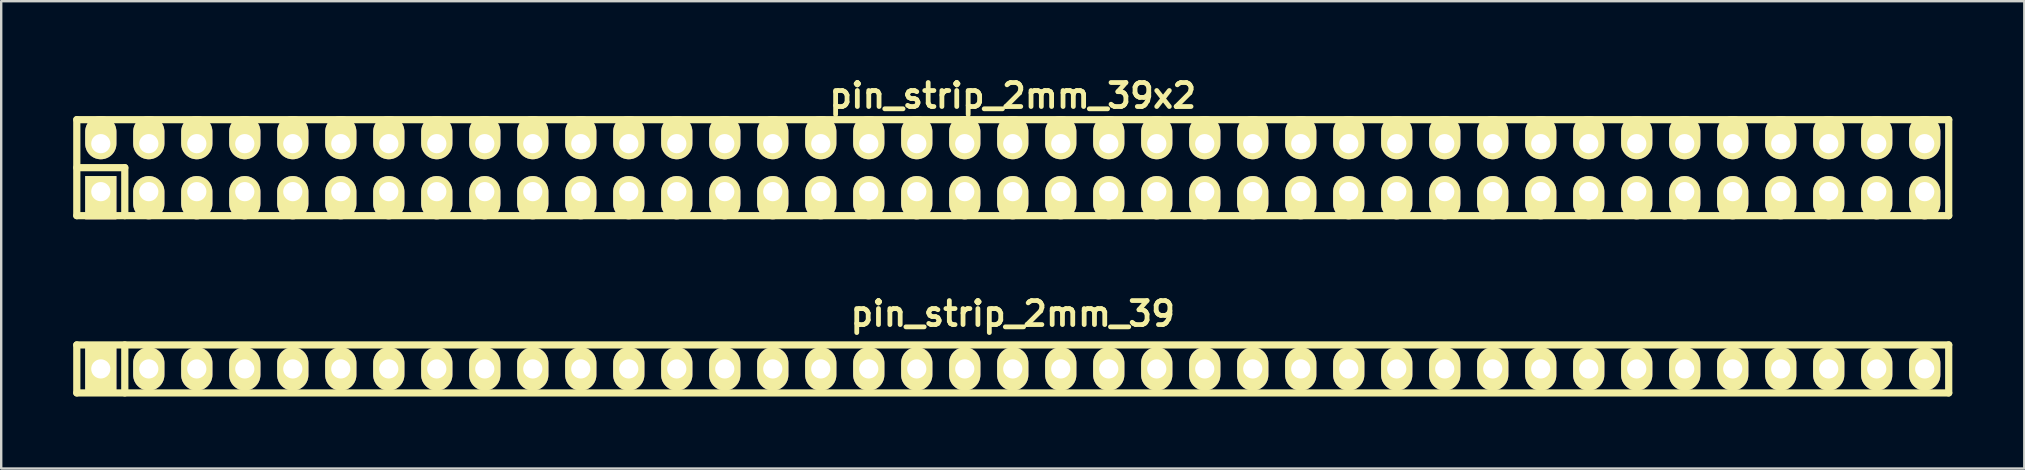
<source format=kicad_pcb>
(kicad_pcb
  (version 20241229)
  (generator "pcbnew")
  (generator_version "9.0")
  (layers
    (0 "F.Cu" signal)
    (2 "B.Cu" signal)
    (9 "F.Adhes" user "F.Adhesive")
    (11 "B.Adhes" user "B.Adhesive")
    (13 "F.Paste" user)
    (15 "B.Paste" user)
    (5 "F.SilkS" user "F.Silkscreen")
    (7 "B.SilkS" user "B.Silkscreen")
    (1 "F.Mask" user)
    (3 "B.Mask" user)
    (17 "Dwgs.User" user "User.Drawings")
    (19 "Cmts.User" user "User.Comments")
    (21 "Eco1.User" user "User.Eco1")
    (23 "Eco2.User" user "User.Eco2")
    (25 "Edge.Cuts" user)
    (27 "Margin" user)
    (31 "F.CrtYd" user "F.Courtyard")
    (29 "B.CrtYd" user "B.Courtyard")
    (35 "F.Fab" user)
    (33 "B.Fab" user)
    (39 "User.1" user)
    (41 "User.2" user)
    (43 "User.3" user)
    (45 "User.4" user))
  (footprint "pin_strip_2mm_39"
    (layer "F.Cu")
    (at 39.15 12.322)
    (property "Reference" "pin_strip_2mm_39" (at 0 -2.3 0) (layer "F.SilkS") (effects (font (size 1 1) (thickness 0.2))))
    (attr through_hole)
    (fp_line (start -39 -1) (end 39 -1) (stroke (width 0.3) (type solid)) (layer "F.SilkS"))
    (fp_line (start -39 1) (end -39 -1) (stroke (width 0.3) (type solid)) (layer "F.SilkS"))
    (fp_line (start -37 -1) (end -37 1) (stroke (width 0.3) (type solid)) (layer "F.SilkS"))
    (fp_line (start 39 -1) (end 39 1) (stroke (width 0.3) (type solid)) (layer "F.SilkS"))
    (fp_line (start 39 1) (end -39 1) (stroke (width 0.3) (type solid)) (layer "F.SilkS"))
    (pad "1" thru_hole rect (at -38 0) (size 1.3 1.8) (drill 0.8) (layers "*.Cu" "*.Mask" "F.SilkS"))
    (pad "2" thru_hole oval (at -36 0) (size 1.3 1.8) (drill 0.8) (layers "*.Cu" "*.Mask" "F.SilkS"))
    (pad "3" thru_hole oval (at -34 0) (size 1.3 1.8) (drill 0.8) (layers "*.Cu" "*.Mask" "F.SilkS"))
    (pad "4" thru_hole oval (at -32 0) (size 1.3 1.8) (drill 0.8) (layers "*.Cu" "*.Mask" "F.SilkS"))
    (pad "5" thru_hole oval (at -30 0) (size 1.3 1.8) (drill 0.8) (layers "*.Cu" "*.Mask" "F.SilkS"))
    (pad "6" thru_hole oval (at -28 0) (size 1.3 1.8) (drill 0.8) (layers "*.Cu" "*.Mask" "F.SilkS"))
    (pad "7" thru_hole oval (at -26 0) (size 1.3 1.8) (drill 0.8) (layers "*.Cu" "*.Mask" "F.SilkS"))
    (pad "8" thru_hole oval (at -24 0) (size 1.3 1.8) (drill 0.8) (layers "*.Cu" "*.Mask" "F.SilkS"))
    (pad "9" thru_hole oval (at -22 0) (size 1.3 1.8) (drill 0.8) (layers "*.Cu" "*.Mask" "F.SilkS"))
    (pad "10" thru_hole oval (at -20 0) (size 1.3 1.8) (drill 0.8) (layers "*.Cu" "*.Mask" "F.SilkS"))
    (pad "11" thru_hole oval (at -18 0) (size 1.3 1.8) (drill 0.8) (layers "*.Cu" "*.Mask" "F.SilkS"))
    (pad "12" thru_hole oval (at -16 0) (size 1.3 1.8) (drill 0.8) (layers "*.Cu" "*.Mask" "F.SilkS"))
    (pad "13" thru_hole oval (at -14 0) (size 1.3 1.8) (drill 0.8) (layers "*.Cu" "*.Mask" "F.SilkS"))
    (pad "14" thru_hole oval (at -12 0) (size 1.3 1.8) (drill 0.8) (layers "*.Cu" "*.Mask" "F.SilkS"))
    (pad "15" thru_hole oval (at -10 0) (size 1.3 1.8) (drill 0.8) (layers "*.Cu" "*.Mask" "F.SilkS"))
    (pad "16" thru_hole oval (at -8 0) (size 1.3 1.8) (drill 0.8) (layers "*.Cu" "*.Mask" "F.SilkS"))
    (pad "17" thru_hole oval (at -6 0) (size 1.3 1.8) (drill 0.8) (layers "*.Cu" "*.Mask" "F.SilkS"))
    (pad "18" thru_hole oval (at -4 0) (size 1.3 1.8) (drill 0.8) (layers "*.Cu" "*.Mask" "F.SilkS"))
    (pad "19" thru_hole oval (at -2 0) (size 1.3 1.8) (drill 0.8) (layers "*.Cu" "*.Mask" "F.SilkS"))
    (pad "20" thru_hole oval (at 0 0) (size 1.3 1.8) (drill 0.8) (layers "*.Cu" "*.Mask" "F.SilkS"))
    (pad "21" thru_hole oval (at 2 0) (size 1.3 1.8) (drill 0.8) (layers "*.Cu" "*.Mask" "F.SilkS"))
    (pad "22" thru_hole oval (at 4 0) (size 1.3 1.8) (drill 0.8) (layers "*.Cu" "*.Mask" "F.SilkS"))
    (pad "23" thru_hole oval (at 6 0) (size 1.3 1.8) (drill 0.8) (layers "*.Cu" "*.Mask" "F.SilkS"))
    (pad "24" thru_hole oval (at 8 0) (size 1.3 1.8) (drill 0.8) (layers "*.Cu" "*.Mask" "F.SilkS"))
    (pad "25" thru_hole oval (at 10 0) (size 1.3 1.8) (drill 0.8) (layers "*.Cu" "*.Mask" "F.SilkS"))
    (pad "26" thru_hole oval (at 12 0) (size 1.3 1.8) (drill 0.8) (layers "*.Cu" "*.Mask" "F.SilkS"))
    (pad "27" thru_hole oval (at 14 0) (size 1.3 1.8) (drill 0.8) (layers "*.Cu" "*.Mask" "F.SilkS"))
    (pad "28" thru_hole oval (at 16 0) (size 1.3 1.8) (drill 0.8) (layers "*.Cu" "*.Mask" "F.SilkS"))
    (pad "29" thru_hole oval (at 18 0) (size 1.3 1.8) (drill 0.8) (layers "*.Cu" "*.Mask" "F.SilkS"))
    (pad "30" thru_hole oval (at 20 0) (size 1.3 1.8) (drill 0.8) (layers "*.Cu" "*.Mask" "F.SilkS"))
    (pad "31" thru_hole oval (at 22 0) (size 1.3 1.8) (drill 0.8) (layers "*.Cu" "*.Mask" "F.SilkS"))
    (pad "32" thru_hole oval (at 24 0) (size 1.3 1.8) (drill 0.8) (layers "*.Cu" "*.Mask" "F.SilkS"))
    (pad "33" thru_hole oval (at 26 0) (size 1.3 1.8) (drill 0.8) (layers "*.Cu" "*.Mask" "F.SilkS"))
    (pad "34" thru_hole oval (at 28 0) (size 1.3 1.8) (drill 0.8) (layers "*.Cu" "*.Mask" "F.SilkS"))
    (pad "35" thru_hole oval (at 30 0) (size 1.3 1.8) (drill 0.8) (layers "*.Cu" "*.Mask" "F.SilkS"))
    (pad "36" thru_hole oval (at 32 0) (size 1.3 1.8) (drill 0.8) (layers "*.Cu" "*.Mask" "F.SilkS"))
    (pad "37" thru_hole oval (at 34 0) (size 1.3 1.8) (drill 0.8) (layers "*.Cu" "*.Mask" "F.SilkS"))
    (pad "38" thru_hole oval (at 36 0) (size 1.3 1.8) (drill 0.8) (layers "*.Cu" "*.Mask" "F.SilkS"))
    (pad "39" thru_hole oval (at 38 0) (size 1.3 1.8) (drill 0.8) (layers "*.Cu" "*.Mask" "F.SilkS")))
  (footprint "pin_strip_2mm_39x2"
    (layer "F.Cu")
    (at 39.15 3.936)
    (property "Reference" "pin_strip_2mm_39x2" (at 0 -3 0) (layer "F.SilkS") (effects (font (size 1 1) (thickness 0.2))))
    (attr through_hole)
    (fp_line (start -39 -2) (end 39 -2) (stroke (width 0.3) (type solid)) (layer "F.SilkS"))
    (fp_line (start -39 0) (end -37 0) (stroke (width 0.3) (type solid)) (layer "F.SilkS"))
    (fp_line (start -39 2) (end -39 -2) (stroke (width 0.3) (type solid)) (layer "F.SilkS"))
    (fp_line (start -37 0) (end -37 2) (stroke (width 0.3) (type solid)) (layer "F.SilkS"))
    (fp_line (start 39 -2) (end 39 2) (stroke (width 0.3) (type solid)) (layer "F.SilkS"))
    (fp_line (start 39 2) (end -39 2) (stroke (width 0.3) (type solid)) (layer "F.SilkS"))
    (pad "1" thru_hole rect (at -38 1) (size 1.3 1.8) (drill 0.8 (offset 0 0.25)) (layers "*.Cu" "*.Mask" "F.SilkS"))
    (pad "2" thru_hole oval (at -38 -1) (size 1.3 1.8) (drill 0.8 (offset 0 -0.25)) (layers "*.Cu" "*.Mask" "F.SilkS"))
    (pad "3" thru_hole oval (at -36 1) (size 1.3 1.8) (drill 0.8 (offset 0 0.25)) (layers "*.Cu" "*.Mask" "F.SilkS"))
    (pad "4" thru_hole oval (at -36 -1) (size 1.3 1.8) (drill 0.8 (offset 0 -0.25)) (layers "*.Cu" "*.Mask" "F.SilkS"))
    (pad "5" thru_hole oval (at -34 1) (size 1.3 1.8) (drill 0.8 (offset 0 0.25)) (layers "*.Cu" "*.Mask" "F.SilkS"))
    (pad "6" thru_hole oval (at -34 -1) (size 1.3 1.8) (drill 0.8 (offset 0 -0.25)) (layers "*.Cu" "*.Mask" "F.SilkS"))
    (pad "7" thru_hole oval (at -32 1) (size 1.3 1.8) (drill 0.8 (offset 0 0.25)) (layers "*.Cu" "*.Mask" "F.SilkS"))
    (pad "8" thru_hole oval (at -32 -1) (size 1.3 1.8) (drill 0.8 (offset 0 -0.25)) (layers "*.Cu" "*.Mask" "F.SilkS"))
    (pad "9" thru_hole oval (at -30 1) (size 1.3 1.8) (drill 0.8 (offset 0 0.25)) (layers "*.Cu" "*.Mask" "F.SilkS"))
    (pad "10" thru_hole oval (at -30 -1) (size 1.3 1.8) (drill 0.8 (offset 0 -0.25)) (layers "*.Cu" "*.Mask" "F.SilkS"))
    (pad "11" thru_hole oval (at -28 1) (size 1.3 1.8) (drill 0.8 (offset 0 0.25)) (layers "*.Cu" "*.Mask" "F.SilkS"))
    (pad "12" thru_hole oval (at -28 -1) (size 1.3 1.8) (drill 0.8 (offset 0 -0.25)) (layers "*.Cu" "*.Mask" "F.SilkS"))
    (pad "13" thru_hole oval (at -26 1) (size 1.3 1.8) (drill 0.8 (offset 0 0.25)) (layers "*.Cu" "*.Mask" "F.SilkS"))
    (pad "14" thru_hole oval (at -26 -1) (size 1.3 1.8) (drill 0.8 (offset 0 -0.25)) (layers "*.Cu" "*.Mask" "F.SilkS"))
    (pad "15" thru_hole oval (at -24 1) (size 1.3 1.8) (drill 0.8 (offset 0 0.25)) (layers "*.Cu" "*.Mask" "F.SilkS"))
    (pad "16" thru_hole oval (at -24 -1) (size 1.3 1.8) (drill 0.8 (offset 0 -0.25)) (layers "*.Cu" "*.Mask" "F.SilkS"))
    (pad "17" thru_hole oval (at -22 1) (size 1.3 1.8) (drill 0.8 (offset 0 0.25)) (layers "*.Cu" "*.Mask" "F.SilkS"))
    (pad "18" thru_hole oval (at -22 -1) (size 1.3 1.8) (drill 0.8 (offset 0 -0.25)) (layers "*.Cu" "*.Mask" "F.SilkS"))
    (pad "19" thru_hole oval (at -20 1) (size 1.3 1.8) (drill 0.8 (offset 0 0.25)) (layers "*.Cu" "*.Mask" "F.SilkS"))
    (pad "20" thru_hole oval (at -20 -1) (size 1.3 1.8) (drill 0.8 (offset 0 -0.25)) (layers "*.Cu" "*.Mask" "F.SilkS"))
    (pad "21" thru_hole oval (at -18 1) (size 1.3 1.8) (drill 0.8 (offset 0 0.25)) (layers "*.Cu" "*.Mask" "F.SilkS"))
    (pad "22" thru_hole oval (at -18 -1) (size 1.3 1.8) (drill 0.8 (offset 0 -0.25)) (layers "*.Cu" "*.Mask" "F.SilkS"))
    (pad "23" thru_hole oval (at -16 1) (size 1.3 1.8) (drill 0.8 (offset 0 0.25)) (layers "*.Cu" "*.Mask" "F.SilkS"))
    (pad "24" thru_hole oval (at -16 -1) (size 1.3 1.8) (drill 0.8 (offset 0 -0.25)) (layers "*.Cu" "*.Mask" "F.SilkS"))
    (pad "25" thru_hole oval (at -14 1) (size 1.3 1.8) (drill 0.8 (offset 0 0.25)) (layers "*.Cu" "*.Mask" "F.SilkS"))
    (pad "26" thru_hole oval (at -14 -1) (size 1.3 1.8) (drill 0.8 (offset 0 -0.25)) (layers "*.Cu" "*.Mask" "F.SilkS"))
    (pad "27" thru_hole oval (at -12 1) (size 1.3 1.8) (drill 0.8 (offset 0 0.25)) (layers "*.Cu" "*.Mask" "F.SilkS"))
    (pad "28" thru_hole oval (at -12 -1) (size 1.3 1.8) (drill 0.8 (offset 0 -0.25)) (layers "*.Cu" "*.Mask" "F.SilkS"))
    (pad "29" thru_hole oval (at -10 1) (size 1.3 1.8) (drill 0.8 (offset 0 0.25)) (layers "*.Cu" "*.Mask" "F.SilkS"))
    (pad "30" thru_hole oval (at -10 -1) (size 1.3 1.8) (drill 0.8 (offset 0 -0.25)) (layers "*.Cu" "*.Mask" "F.SilkS"))
    (pad "31" thru_hole oval (at -8 1) (size 1.3 1.8) (drill 0.8 (offset 0 0.25)) (layers "*.Cu" "*.Mask" "F.SilkS"))
    (pad "32" thru_hole oval (at -8 -1) (size 1.3 1.8) (drill 0.8 (offset 0 -0.25)) (layers "*.Cu" "*.Mask" "F.SilkS"))
    (pad "33" thru_hole oval (at -6 1) (size 1.3 1.8) (drill 0.8 (offset 0 0.25)) (layers "*.Cu" "*.Mask" "F.SilkS"))
    (pad "34" thru_hole oval (at -6 -1) (size 1.3 1.8) (drill 0.8 (offset 0 -0.25)) (layers "*.Cu" "*.Mask" "F.SilkS"))
    (pad "35" thru_hole oval (at -4 1) (size 1.3 1.8) (drill 0.8 (offset 0 0.25)) (layers "*.Cu" "*.Mask" "F.SilkS"))
    (pad "36" thru_hole oval (at -4 -1) (size 1.3 1.8) (drill 0.8 (offset 0 -0.25)) (layers "*.Cu" "*.Mask" "F.SilkS"))
    (pad "37" thru_hole oval (at -2 1) (size 1.3 1.8) (drill 0.8 (offset 0 0.25)) (layers "*.Cu" "*.Mask" "F.SilkS"))
    (pad "38" thru_hole oval (at -2 -1) (size 1.3 1.8) (drill 0.8 (offset 0 -0.25)) (layers "*.Cu" "*.Mask" "F.SilkS"))
    (pad "39" thru_hole oval (at 0 1) (size 1.3 1.8) (drill 0.8 (offset 0 0.25)) (layers "*.Cu" "*.Mask" "F.SilkS"))
    (pad "40" thru_hole oval (at 0 -1) (size 1.3 1.8) (drill 0.8 (offset 0 -0.25)) (layers "*.Cu" "*.Mask" "F.SilkS"))
    (pad "41" thru_hole oval (at 2 1) (size 1.3 1.8) (drill 0.8 (offset 0 0.25)) (layers "*.Cu" "*.Mask" "F.SilkS"))
    (pad "42" thru_hole oval (at 2 -1) (size 1.3 1.8) (drill 0.8 (offset 0 -0.25)) (layers "*.Cu" "*.Mask" "F.SilkS"))
    (pad "43" thru_hole oval (at 4 1) (size 1.3 1.8) (drill 0.8 (offset 0 0.25)) (layers "*.Cu" "*.Mask" "F.SilkS"))
    (pad "44" thru_hole oval (at 4 -1) (size 1.3 1.8) (drill 0.8 (offset 0 -0.25)) (layers "*.Cu" "*.Mask" "F.SilkS"))
    (pad "45" thru_hole oval (at 6 1) (size 1.3 1.8) (drill 0.8 (offset 0 0.25)) (layers "*.Cu" "*.Mask" "F.SilkS"))
    (pad "46" thru_hole oval (at 6 -1) (size 1.3 1.8) (drill 0.8 (offset 0 -0.25)) (layers "*.Cu" "*.Mask" "F.SilkS"))
    (pad "47" thru_hole oval (at 8 1) (size 1.3 1.8) (drill 0.8 (offset 0 0.25)) (layers "*.Cu" "*.Mask" "F.SilkS"))
    (pad "48" thru_hole oval (at 8 -1) (size 1.3 1.8) (drill 0.8 (offset 0 -0.25)) (layers "*.Cu" "*.Mask" "F.SilkS"))
    (pad "49" thru_hole oval (at 10 1) (size 1.3 1.8) (drill 0.8 (offset 0 0.25)) (layers "*.Cu" "*.Mask" "F.SilkS"))
    (pad "50" thru_hole oval (at 10 -1) (size 1.3 1.8) (drill 0.8 (offset 0 -0.25)) (layers "*.Cu" "*.Mask" "F.SilkS"))
    (pad "51" thru_hole oval (at 12 1) (size 1.3 1.8) (drill 0.8 (offset 0 0.25)) (layers "*.Cu" "*.Mask" "F.SilkS"))
    (pad "52" thru_hole oval (at 12 -1) (size 1.3 1.8) (drill 0.8 (offset 0 -0.25)) (layers "*.Cu" "*.Mask" "F.SilkS"))
    (pad "53" thru_hole oval (at 14 1) (size 1.3 1.8) (drill 0.8 (offset 0 0.25)) (layers "*.Cu" "*.Mask" "F.SilkS"))
    (pad "54" thru_hole oval (at 14 -1) (size 1.3 1.8) (drill 0.8 (offset 0 -0.25)) (layers "*.Cu" "*.Mask" "F.SilkS"))
    (pad "55" thru_hole oval (at 16 1) (size 1.3 1.8) (drill 0.8 (offset 0 0.25)) (layers "*.Cu" "*.Mask" "F.SilkS"))
    (pad "56" thru_hole oval (at 16 -1) (size 1.3 1.8) (drill 0.8 (offset 0 -0.25)) (layers "*.Cu" "*.Mask" "F.SilkS"))
    (pad "57" thru_hole oval (at 18 1) (size 1.3 1.8) (drill 0.8 (offset 0 0.25)) (layers "*.Cu" "*.Mask" "F.SilkS"))
    (pad "58" thru_hole oval (at 18 -1) (size 1.3 1.8) (drill 0.8 (offset 0 -0.25)) (layers "*.Cu" "*.Mask" "F.SilkS"))
    (pad "59" thru_hole oval (at 20 1) (size 1.3 1.8) (drill 0.8 (offset 0 0.25)) (layers "*.Cu" "*.Mask" "F.SilkS"))
    (pad "60" thru_hole oval (at 20 -1) (size 1.3 1.8) (drill 0.8 (offset 0 -0.25)) (layers "*.Cu" "*.Mask" "F.SilkS"))
    (pad "61" thru_hole oval (at 22 1) (size 1.3 1.8) (drill 0.8 (offset 0 0.25)) (layers "*.Cu" "*.Mask" "F.SilkS"))
    (pad "62" thru_hole oval (at 22 -1) (size 1.3 1.8) (drill 0.8 (offset 0 -0.25)) (layers "*.Cu" "*.Mask" "F.SilkS"))
    (pad "63" thru_hole oval (at 24 1) (size 1.3 1.8) (drill 0.8 (offset 0 0.25)) (layers "*.Cu" "*.Mask" "F.SilkS"))
    (pad "64" thru_hole oval (at 24 -1) (size 1.3 1.8) (drill 0.8 (offset 0 -0.25)) (layers "*.Cu" "*.Mask" "F.SilkS"))
    (pad "65" thru_hole oval (at 26 1) (size 1.3 1.8) (drill 0.8 (offset 0 0.25)) (layers "*.Cu" "*.Mask" "F.SilkS"))
    (pad "66" thru_hole oval (at 26 -1) (size 1.3 1.8) (drill 0.8 (offset 0 -0.25)) (layers "*.Cu" "*.Mask" "F.SilkS"))
    (pad "67" thru_hole oval (at 28 1) (size 1.3 1.8) (drill 0.8 (offset 0 0.25)) (layers "*.Cu" "*.Mask" "F.SilkS"))
    (pad "68" thru_hole oval (at 28 -1) (size 1.3 1.8) (drill 0.8 (offset 0 -0.25)) (layers "*.Cu" "*.Mask" "F.SilkS"))
    (pad "69" thru_hole oval (at 30 1) (size 1.3 1.8) (drill 0.8 (offset 0 0.25)) (layers "*.Cu" "*.Mask" "F.SilkS"))
    (pad "70" thru_hole oval (at 30 -1) (size 1.3 1.8) (drill 0.8 (offset 0 -0.25)) (layers "*.Cu" "*.Mask" "F.SilkS"))
    (pad "71" thru_hole oval (at 32 1) (size 1.3 1.8) (drill 0.8 (offset 0 0.25)) (layers "*.Cu" "*.Mask" "F.SilkS"))
    (pad "72" thru_hole oval (at 32 -1) (size 1.3 1.8) (drill 0.8 (offset 0 -0.25)) (layers "*.Cu" "*.Mask" "F.SilkS"))
    (pad "73" thru_hole oval (at 34 1) (size 1.3 1.8) (drill 0.8 (offset 0 0.25)) (layers "*.Cu" "*.Mask" "F.SilkS"))
    (pad "74" thru_hole oval (at 34 -1) (size 1.3 1.8) (drill 0.8 (offset 0 -0.25)) (layers "*.Cu" "*.Mask" "F.SilkS"))
    (pad "75" thru_hole oval (at 36 1) (size 1.3 1.8) (drill 0.8 (offset 0 0.25)) (layers "*.Cu" "*.Mask" "F.SilkS"))
    (pad "76" thru_hole oval (at 36 -1) (size 1.3 1.8) (drill 0.8 (offset 0 -0.25)) (layers "*.Cu" "*.Mask" "F.SilkS"))
    (pad "77" thru_hole oval (at 38 1) (size 1.3 1.8) (drill 0.8 (offset 0 0.25)) (layers "*.Cu" "*.Mask" "F.SilkS"))
    (pad "78" thru_hole oval (at 38 -1) (size 1.3 1.8) (drill 0.8 (offset 0 -0.25)) (layers "*.Cu" "*.Mask" "F.SilkS")))
  (gr_rect
    (start -3 -3)
    (end 81.3 16.472)
    (stroke (width 0.1) (type default))
    (fill no)
    (layer "Edge.Cuts")))
</source>
